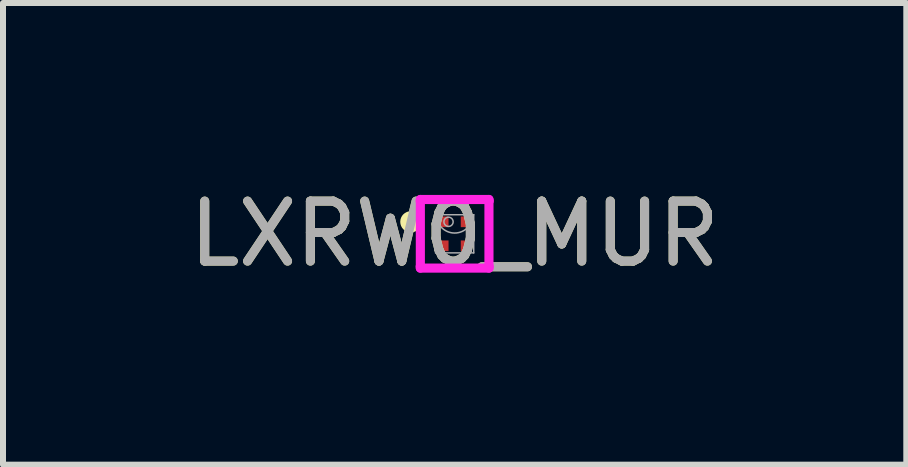
<source format=kicad_pcb>
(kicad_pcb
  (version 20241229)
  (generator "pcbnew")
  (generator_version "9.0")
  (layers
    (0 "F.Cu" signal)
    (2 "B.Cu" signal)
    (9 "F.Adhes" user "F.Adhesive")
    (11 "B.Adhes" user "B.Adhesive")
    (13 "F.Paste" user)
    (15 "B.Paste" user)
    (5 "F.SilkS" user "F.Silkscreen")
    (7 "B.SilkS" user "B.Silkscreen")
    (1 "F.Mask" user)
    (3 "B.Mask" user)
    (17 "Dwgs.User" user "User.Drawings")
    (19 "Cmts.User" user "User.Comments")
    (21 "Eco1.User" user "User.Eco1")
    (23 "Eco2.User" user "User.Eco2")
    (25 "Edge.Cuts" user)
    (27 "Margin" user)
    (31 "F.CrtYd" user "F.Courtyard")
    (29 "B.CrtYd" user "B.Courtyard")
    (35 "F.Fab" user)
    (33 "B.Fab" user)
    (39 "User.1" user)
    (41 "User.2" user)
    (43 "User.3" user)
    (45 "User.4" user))
  (footprint "LXRW0_MUR"
    (layer "F.Cu")
    (at 4.53 0.848)
    (property "Reference" "LXRW0_MUR" (at 0 0 0) (unlocked yes) (layer "F.SilkS") (effects (font (size 1 1) (thickness 0.15))))
    (attr smd)
    (fp_circle (center -0.73 -0.2) (end -0.629 -0.2) (stroke (width 0.152) (type solid)) (fill no) (layer "F.SilkS"))
    (fp_line (start -0.572 -0.572) (end 0.572 -0.572) (stroke (width 0.152) (type solid)) (layer "F.CrtYd"))
    (fp_line (start -0.572 -0.543) (end -0.572 -0.572) (stroke (width 0.152) (type solid)) (layer "F.CrtYd"))
    (fp_line (start -0.572 -0.543) (end -0.572 -0.543) (stroke (width 0.152) (type solid)) (layer "F.CrtYd"))
    (fp_line (start -0.572 0.543) (end -0.572 -0.543) (stroke (width 0.152) (type solid)) (layer "F.CrtYd"))
    (fp_line (start -0.572 0.543) (end -0.572 0.543) (stroke (width 0.152) (type solid)) (layer "F.CrtYd"))
    (fp_line (start -0.572 0.572) (end -0.572 0.543) (stroke (width 0.152) (type solid)) (layer "F.CrtYd"))
    (fp_line (start 0.572 -0.572) (end 0.572 -0.543) (stroke (width 0.152) (type solid)) (layer "F.CrtYd"))
    (fp_line (start 0.572 -0.543) (end 0.572 -0.543) (stroke (width 0.152) (type solid)) (layer "F.CrtYd"))
    (fp_line (start 0.572 -0.543) (end 0.572 0.543) (stroke (width 0.152) (type solid)) (layer "F.CrtYd"))
    (fp_line (start 0.572 0.543) (end 0.572 0.543) (stroke (width 0.152) (type solid)) (layer "F.CrtYd"))
    (fp_line (start 0.572 0.543) (end 0.572 0.572) (stroke (width 0.152) (type solid)) (layer "F.CrtYd"))
    (fp_line (start 0.572 0.572) (end -0.572 0.572) (stroke (width 0.152) (type solid)) (layer "F.CrtYd"))
    (fp_line (start -0.318 -0.318) (end -0.318 0.318) (stroke (width 0.025) (type solid)) (layer "F.Fab"))
    (fp_line (start -0.318 0.318) (end 0.318 0.318) (stroke (width 0.025) (type solid)) (layer "F.Fab"))
    (fp_line (start 0.318 -0.318) (end -0.318 -0.318) (stroke (width 0.025) (type solid)) (layer "F.Fab"))
    (fp_line (start 0.318 0.318) (end 0.318 -0.318) (stroke (width 0.025) (type solid)) (layer "F.Fab"))
    (fp_arc (start 0.3048 -0.3175) (mid 0 -0.0127) (end -0.3048 -0.3175) (stroke (width 0.0254) (type solid)) (layer "F.Fab"))
    (fp_circle (center -0.102 -0.2) (end -0.025 -0.2) (stroke (width 0.025) (type solid)) (fill no) (layer "F.Fab"))
    (fp_text user "${REFERENCE}" (at 0 0 0) (unlocked yes) (layer "F.Fab") (effects (font (size 1 1) (thickness 0.15))))
    (pad "1" smd rect (at -0.191 -0.2) (size 0.178 0.178) (layers "F.Cu" "F.Mask" "F.Paste"))
    (pad "2" smd rect (at -0.191 0.2) (size 0.178 0.178) (layers "F.Cu" "F.Mask" "F.Paste"))
    (pad "3" smd rect (at 0.191 0.2) (size 0.178 0.178) (layers "F.Cu" "F.Mask" "F.Paste"))
    (pad "4" smd rect (at 0.191 -0.2) (size 0.178 0.178) (layers "F.Cu" "F.Mask" "F.Paste")))
  (gr_rect
    (start -3 -3)
    (end 12.06 4.697)
    (stroke (width 0.1) (type default))
    (fill no)
    (layer "Edge.Cuts")))
</source>
